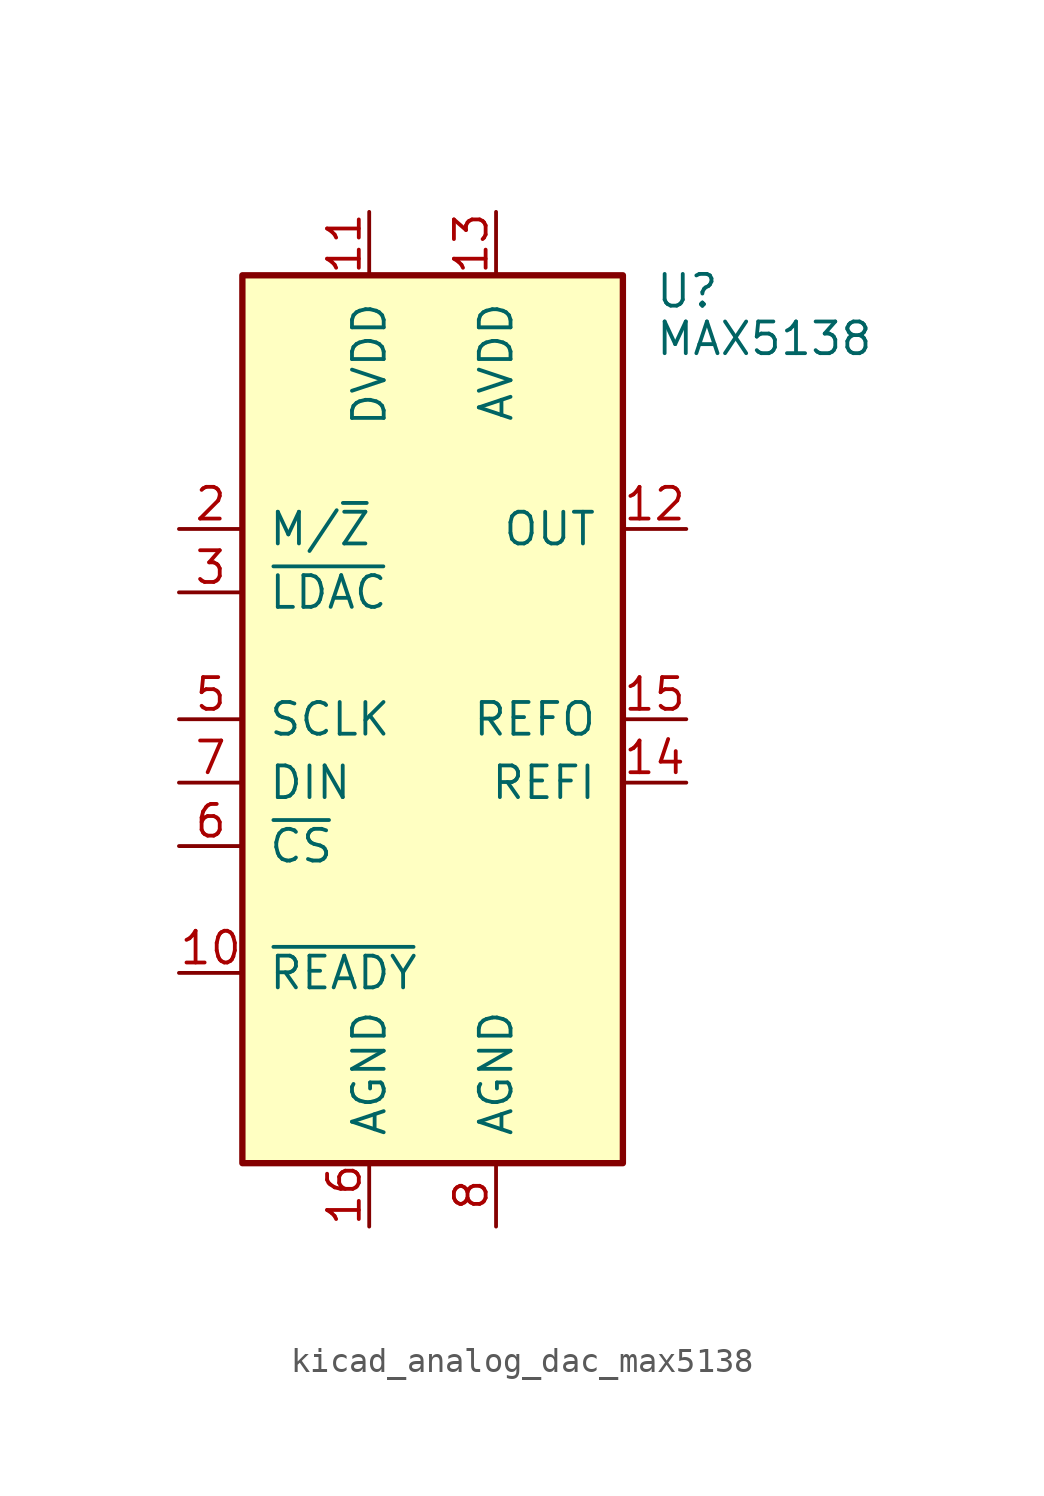
<source format=kicad_sym>
(kicad_symbol_lib
  (version 20220914)
  (generator kicad_symbol_editor)
  (symbol "kicad_analog_dac_max5138"
    (pin_names
      (offset 1.016))
    (property "Reference" "U"
      (at 8.89 17.145 0)
      (effects (font (size 1.27 1.27)) (justify left)))
    (property "Value" "MAX5138"
      (at 8.89 15.24 0)
      (effects (font (size 1.27 1.27)) (justify left)))
    (symbol "kicad_analog_dac_max5138_0_1"
      (rectangle (start -7.62 17.78) (end 7.62 -17.78) (stroke (width 0.254) (type default)) (fill (type background))))
    (symbol "kicad_analog_dac_max5138_1_1"
      (pin no_connect line (at 7.62 -10.16 180) (length 2.54) hide (name "NC" (effects (font (size 1.27 1.27)))) (number "1" (effects (font (size 1.27 1.27)))))
      (pin output line (at -10.16 -10.16 0) (length 2.54) (name "~{READY}" (effects (font (size 1.27 1.27)))) (number "10" (effects (font (size 1.27 1.27)))))
      (pin power_in line (at -2.54 20.32 270) (length 2.54) (name "DVDD" (effects (font (size 1.27 1.27)))) (number "11" (effects (font (size 1.27 1.27)))))
      (pin output line (at 10.16 7.62 180) (length 2.54) (name "OUT" (effects (font (size 1.27 1.27)))) (number "12" (effects (font (size 1.27 1.27)))))
      (pin power_in line (at 2.54 20.32 270) (length 2.54) (name "AVDD" (effects (font (size 1.27 1.27)))) (number "13" (effects (font (size 1.27 1.27)))))
      (pin input line (at 10.16 -2.54 180) (length 2.54) (name "REFI" (effects (font (size 1.27 1.27)))) (number "14" (effects (font (size 1.27 1.27)))))
      (pin output line (at 10.16 0 180) (length 2.54) (name "REFO" (effects (font (size 1.27 1.27)))) (number "15" (effects (font (size 1.27 1.27)))))
      (pin power_in line (at -2.54 -20.32 90) (length 2.54) (name "AGND" (effects (font (size 1.27 1.27)))) (number "16" (effects (font (size 1.27 1.27)))))
      (pin input line (at -10.16 7.62 0) (length 2.54) (name "M/~{Z}" (effects (font (size 1.27 1.27)))) (number "2" (effects (font (size 1.27 1.27)))))
      (pin input line (at -10.16 5.08 0) (length 2.54) (name "~{LDAC}" (effects (font (size 1.27 1.27)))) (number "3" (effects (font (size 1.27 1.27)))))
      (pin no_connect line (at 7.62 -7.62 180) (length 2.54) hide (name "NC" (effects (font (size 1.27 1.27)))) (number "4" (effects (font (size 1.27 1.27)))))
      (pin input line (at -10.16 0 0) (length 2.54) (name "SCLK" (effects (font (size 1.27 1.27)))) (number "5" (effects (font (size 1.27 1.27)))))
      (pin input line (at -10.16 -5.08 0) (length 2.54) (name "~{CS}" (effects (font (size 1.27 1.27)))) (number "6" (effects (font (size 1.27 1.27)))))
      (pin input line (at -10.16 -2.54 0) (length 2.54) (name "DIN" (effects (font (size 1.27 1.27)))) (number "7" (effects (font (size 1.27 1.27)))))
      (pin power_in line (at 2.54 -20.32 90) (length 2.54) (name "AGND" (effects (font (size 1.27 1.27)))) (number "8" (effects (font (size 1.27 1.27)))))
      (pin no_connect line (at 7.62 -5.08 180) (length 2.54) hide (name "NC" (effects (font (size 1.27 1.27)))) (number "9" (effects (font (size 1.27 1.27))))))))
</source>
